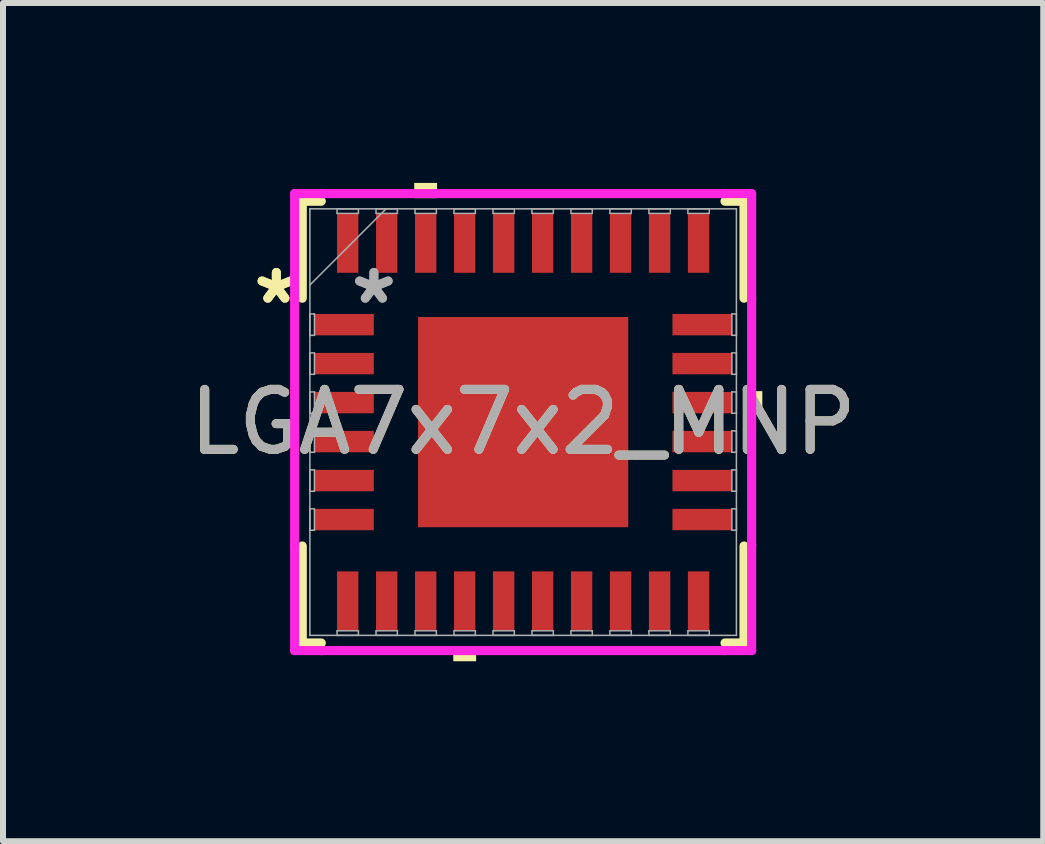
<source format=kicad_pcb>
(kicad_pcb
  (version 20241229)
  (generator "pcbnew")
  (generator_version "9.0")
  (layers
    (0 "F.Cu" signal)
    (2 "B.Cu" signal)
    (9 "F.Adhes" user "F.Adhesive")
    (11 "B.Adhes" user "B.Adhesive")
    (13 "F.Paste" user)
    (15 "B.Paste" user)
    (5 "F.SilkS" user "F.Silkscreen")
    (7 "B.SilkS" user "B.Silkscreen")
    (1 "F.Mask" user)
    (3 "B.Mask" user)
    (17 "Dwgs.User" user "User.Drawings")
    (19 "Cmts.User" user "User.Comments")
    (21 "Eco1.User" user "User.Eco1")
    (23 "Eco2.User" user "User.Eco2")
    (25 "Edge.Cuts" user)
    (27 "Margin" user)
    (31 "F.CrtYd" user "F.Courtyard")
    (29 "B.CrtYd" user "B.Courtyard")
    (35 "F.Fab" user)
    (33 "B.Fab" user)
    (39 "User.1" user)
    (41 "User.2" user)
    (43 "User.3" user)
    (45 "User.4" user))
  (footprint "LGA7x7x2_MNP"
    (layer "F.Cu")
    (at 5.673 3.988)
    (property "Reference" "LGA7x7x2_MNP" (at 0 0 0) (unlocked yes) (layer "F.SilkS") (effects (font (size 1 1) (thickness 0.15))))
    (attr smd)
    (fp_line (start -3.683 -3.683) (end -3.683 -2.066) (stroke (width 0.152) (type solid)) (layer "F.SilkS"))
    (fp_line (start -3.683 2.066) (end -3.683 3.683) (stroke (width 0.152) (type solid)) (layer "F.SilkS"))
    (fp_line (start -3.683 3.683) (end -3.366 3.683) (stroke (width 0.152) (type solid)) (layer "F.SilkS"))
    (fp_line (start -3.366 -3.683) (end -3.683 -3.683) (stroke (width 0.152) (type solid)) (layer "F.SilkS"))
    (fp_line (start 3.366 3.683) (end 3.683 3.683) (stroke (width 0.152) (type solid)) (layer "F.SilkS"))
    (fp_line (start 3.683 -3.683) (end 3.366 -3.683) (stroke (width 0.152) (type solid)) (layer "F.SilkS"))
    (fp_line (start 3.683 -2.066) (end 3.683 -3.683) (stroke (width 0.152) (type solid)) (layer "F.SilkS"))
    (fp_line (start 3.683 3.683) (end 3.683 2.066) (stroke (width 0.152) (type solid)) (layer "F.SilkS"))
    (fp_poly (pts (xy -1.816 -3.734) (xy -1.816 -3.988) (xy -1.435 -3.988) (xy -1.435 -3.734)) (stroke (width 0) (type solid)) (fill yes) (layer "F.SilkS"))
    (fp_poly (pts (xy -1.165 3.734) (xy -1.165 3.988) (xy -0.784 3.988) (xy -0.784 3.734)) (stroke (width 0) (type solid)) (fill yes) (layer "F.SilkS"))
    (fp_poly (pts (xy 3.988 -0.516) (xy 3.988 -0.135) (xy 3.734 -0.135) (xy 3.734 -0.516)) (stroke (width 0) (type solid)) (fill yes) (layer "F.SilkS"))
    (fp_poly (pts (xy -1.653 -1.653) (xy -1.653 -0.1) (xy -0.1 -0.1) (xy -0.1 -1.653)) (stroke (width 0) (type solid)) (fill yes) (layer "F.Paste"))
    (fp_poly (pts (xy -1.653 0.1) (xy -1.653 1.653) (xy -0.1 1.653) (xy -0.1 0.1)) (stroke (width 0) (type solid)) (fill yes) (layer "F.Paste"))
    (fp_poly (pts (xy 0.1 -1.653) (xy 0.1 -0.1) (xy 1.653 -0.1) (xy 1.653 -1.653)) (stroke (width 0) (type solid)) (fill yes) (layer "F.Paste"))
    (fp_poly (pts (xy 0.1 0.1) (xy 0.1 1.653) (xy 1.653 1.653) (xy 1.653 0.1)) (stroke (width 0) (type solid)) (fill yes) (layer "F.Paste"))
    (fp_line (start -3.81 -3.81) (end -3.357 -3.81) (stroke (width 0.152) (type solid)) (layer "F.CrtYd"))
    (fp_line (start -3.81 -2.057) (end -3.81 -3.81) (stroke (width 0.152) (type solid)) (layer "F.CrtYd"))
    (fp_line (start -3.81 -2.057) (end -3.81 -2.057) (stroke (width 0.152) (type solid)) (layer "F.CrtYd"))
    (fp_line (start -3.81 2.057) (end -3.81 -2.057) (stroke (width 0.152) (type solid)) (layer "F.CrtYd"))
    (fp_line (start -3.81 2.057) (end -3.81 2.057) (stroke (width 0.152) (type solid)) (layer "F.CrtYd"))
    (fp_line (start -3.81 3.81) (end -3.81 2.057) (stroke (width 0.152) (type solid)) (layer "F.CrtYd"))
    (fp_line (start -3.357 -3.81) (end -3.357 -3.81) (stroke (width 0.152) (type solid)) (layer "F.CrtYd"))
    (fp_line (start -3.357 -3.81) (end 3.357 -3.81) (stroke (width 0.152) (type solid)) (layer "F.CrtYd"))
    (fp_line (start -3.357 3.81) (end -3.81 3.81) (stroke (width 0.152) (type solid)) (layer "F.CrtYd"))
    (fp_line (start -3.357 3.81) (end -3.357 3.81) (stroke (width 0.152) (type solid)) (layer "F.CrtYd"))
    (fp_line (start 3.357 -3.81) (end 3.357 -3.81) (stroke (width 0.152) (type solid)) (layer "F.CrtYd"))
    (fp_line (start 3.357 -3.81) (end 3.81 -3.81) (stroke (width 0.152) (type solid)) (layer "F.CrtYd"))
    (fp_line (start 3.357 3.81) (end -3.357 3.81) (stroke (width 0.152) (type solid)) (layer "F.CrtYd"))
    (fp_line (start 3.357 3.81) (end 3.357 3.81) (stroke (width 0.152) (type solid)) (layer "F.CrtYd"))
    (fp_line (start 3.81 -3.81) (end 3.81 -2.057) (stroke (width 0.152) (type solid)) (layer "F.CrtYd"))
    (fp_line (start 3.81 -2.057) (end 3.81 -2.057) (stroke (width 0.152) (type solid)) (layer "F.CrtYd"))
    (fp_line (start 3.81 -2.057) (end 3.81 2.057) (stroke (width 0.152) (type solid)) (layer "F.CrtYd"))
    (fp_line (start 3.81 2.057) (end 3.81 2.057) (stroke (width 0.152) (type solid)) (layer "F.CrtYd"))
    (fp_line (start 3.81 2.057) (end 3.81 3.81) (stroke (width 0.152) (type solid)) (layer "F.CrtYd"))
    (fp_line (start 3.81 3.81) (end 3.357 3.81) (stroke (width 0.152) (type solid)) (layer "F.CrtYd"))
    (fp_line (start -3.556 -3.556) (end -3.556 -3.556) (stroke (width 0.025) (type solid)) (layer "F.Fab"))
    (fp_line (start -3.556 -3.556) (end -3.556 3.556) (stroke (width 0.025) (type solid)) (layer "F.Fab"))
    (fp_line (start -3.556 -2.286) (end -2.286 -3.556) (stroke (width 0.025) (type solid)) (layer "F.Fab"))
    (fp_line (start -3.556 -1.803) (end -3.48 -1.803) (stroke (width 0.025) (type solid)) (layer "F.Fab"))
    (fp_line (start -3.556 -1.447) (end -3.556 -1.803) (stroke (width 0.025) (type solid)) (layer "F.Fab"))
    (fp_line (start -3.556 -1.153) (end -3.48 -1.153) (stroke (width 0.025) (type solid)) (layer "F.Fab"))
    (fp_line (start -3.556 -0.797) (end -3.556 -1.153) (stroke (width 0.025) (type solid)) (layer "F.Fab"))
    (fp_line (start -3.556 -0.503) (end -3.48 -0.503) (stroke (width 0.025) (type solid)) (layer "F.Fab"))
    (fp_line (start -3.556 -0.147) (end -3.556 -0.503) (stroke (width 0.025) (type solid)) (layer "F.Fab"))
    (fp_line (start -3.556 0.147) (end -3.48 0.147) (stroke (width 0.025) (type solid)) (layer "F.Fab"))
    (fp_line (start -3.556 0.503) (end -3.556 0.147) (stroke (width 0.025) (type solid)) (layer "F.Fab"))
    (fp_line (start -3.556 0.797) (end -3.48 0.797) (stroke (width 0.025) (type solid)) (layer "F.Fab"))
    (fp_line (start -3.556 1.153) (end -3.556 0.797) (stroke (width 0.025) (type solid)) (layer "F.Fab"))
    (fp_line (start -3.556 1.447) (end -3.48 1.447) (stroke (width 0.025) (type solid)) (layer "F.Fab"))
    (fp_line (start -3.556 1.803) (end -3.556 1.447) (stroke (width 0.025) (type solid)) (layer "F.Fab"))
    (fp_line (start -3.556 3.556) (end -3.556 3.556) (stroke (width 0.025) (type solid)) (layer "F.Fab"))
    (fp_line (start -3.556 3.556) (end 3.556 3.556) (stroke (width 0.025) (type solid)) (layer "F.Fab"))
    (fp_line (start -3.48 -1.803) (end -3.48 -1.447) (stroke (width 0.025) (type solid)) (layer "F.Fab"))
    (fp_line (start -3.48 -1.447) (end -3.556 -1.447) (stroke (width 0.025) (type solid)) (layer "F.Fab"))
    (fp_line (start -3.48 -1.153) (end -3.48 -0.797) (stroke (width 0.025) (type solid)) (layer "F.Fab"))
    (fp_line (start -3.48 -0.797) (end -3.556 -0.797) (stroke (width 0.025) (type solid)) (layer "F.Fab"))
    (fp_line (start -3.48 -0.503) (end -3.48 -0.147) (stroke (width 0.025) (type solid)) (layer "F.Fab"))
    (fp_line (start -3.48 -0.147) (end -3.556 -0.147) (stroke (width 0.025) (type solid)) (layer "F.Fab"))
    (fp_line (start -3.48 0.147) (end -3.48 0.503) (stroke (width 0.025) (type solid)) (layer "F.Fab"))
    (fp_line (start -3.48 0.503) (end -3.556 0.503) (stroke (width 0.025) (type solid)) (layer "F.Fab"))
    (fp_line (start -3.48 0.797) (end -3.48 1.153) (stroke (width 0.025) (type solid)) (layer "F.Fab"))
    (fp_line (start -3.48 1.153) (end -3.556 1.153) (stroke (width 0.025) (type solid)) (layer "F.Fab"))
    (fp_line (start -3.48 1.447) (end -3.48 1.803) (stroke (width 0.025) (type solid)) (layer "F.Fab"))
    (fp_line (start -3.48 1.803) (end -3.556 1.803) (stroke (width 0.025) (type solid)) (layer "F.Fab"))
    (fp_line (start -3.103 -3.556) (end -2.747 -3.556) (stroke (width 0.025) (type solid)) (layer "F.Fab"))
    (fp_line (start -3.103 -3.48) (end -3.103 -3.556) (stroke (width 0.025) (type solid)) (layer "F.Fab"))
    (fp_line (start -3.103 3.48) (end -2.747 3.48) (stroke (width 0.025) (type solid)) (layer "F.Fab"))
    (fp_line (start -3.103 3.556) (end -3.103 3.48) (stroke (width 0.025) (type solid)) (layer "F.Fab"))
    (fp_line (start -2.747 -3.556) (end -2.747 -3.48) (stroke (width 0.025) (type solid)) (layer "F.Fab"))
    (fp_line (start -2.747 -3.48) (end -3.103 -3.48) (stroke (width 0.025) (type solid)) (layer "F.Fab"))
    (fp_line (start -2.747 3.48) (end -2.747 3.556) (stroke (width 0.025) (type solid)) (layer "F.Fab"))
    (fp_line (start -2.747 3.556) (end -3.103 3.556) (stroke (width 0.025) (type solid)) (layer "F.Fab"))
    (fp_line (start -2.453 -3.556) (end -2.097 -3.556) (stroke (width 0.025) (type solid)) (layer "F.Fab"))
    (fp_line (start -2.453 -3.48) (end -2.453 -3.556) (stroke (width 0.025) (type solid)) (layer "F.Fab"))
    (fp_line (start -2.453 3.48) (end -2.097 3.48) (stroke (width 0.025) (type solid)) (layer "F.Fab"))
    (fp_line (start -2.453 3.556) (end -2.453 3.48) (stroke (width 0.025) (type solid)) (layer "F.Fab"))
    (fp_line (start -2.097 -3.556) (end -2.097 -3.48) (stroke (width 0.025) (type solid)) (layer "F.Fab"))
    (fp_line (start -2.097 -3.48) (end -2.453 -3.48) (stroke (width 0.025) (type solid)) (layer "F.Fab"))
    (fp_line (start -2.097 3.48) (end -2.097 3.556) (stroke (width 0.025) (type solid)) (layer "F.Fab"))
    (fp_line (start -2.097 3.556) (end -2.453 3.556) (stroke (width 0.025) (type solid)) (layer "F.Fab"))
    (fp_line (start -1.803 -3.556) (end -1.447 -3.556) (stroke (width 0.025) (type solid)) (layer "F.Fab"))
    (fp_line (start -1.803 -3.48) (end -1.803 -3.556) (stroke (width 0.025) (type solid)) (layer "F.Fab"))
    (fp_line (start -1.803 3.48) (end -1.447 3.48) (stroke (width 0.025) (type solid)) (layer "F.Fab"))
    (fp_line (start -1.803 3.556) (end -1.803 3.48) (stroke (width 0.025) (type solid)) (layer "F.Fab"))
    (fp_line (start -1.447 -3.556) (end -1.447 -3.48) (stroke (width 0.025) (type solid)) (layer "F.Fab"))
    (fp_line (start -1.447 -3.48) (end -1.803 -3.48) (stroke (width 0.025) (type solid)) (layer "F.Fab"))
    (fp_line (start -1.447 3.48) (end -1.447 3.556) (stroke (width 0.025) (type solid)) (layer "F.Fab"))
    (fp_line (start -1.447 3.556) (end -1.803 3.556) (stroke (width 0.025) (type solid)) (layer "F.Fab"))
    (fp_line (start -1.153 -3.556) (end -0.797 -3.556) (stroke (width 0.025) (type solid)) (layer "F.Fab"))
    (fp_line (start -1.153 -3.48) (end -1.153 -3.556) (stroke (width 0.025) (type solid)) (layer "F.Fab"))
    (fp_line (start -1.153 3.48) (end -0.797 3.48) (stroke (width 0.025) (type solid)) (layer "F.Fab"))
    (fp_line (start -1.153 3.556) (end -1.153 3.48) (stroke (width 0.025) (type solid)) (layer "F.Fab"))
    (fp_line (start -0.797 -3.556) (end -0.797 -3.48) (stroke (width 0.025) (type solid)) (layer "F.Fab"))
    (fp_line (start -0.797 -3.48) (end -1.153 -3.48) (stroke (width 0.025) (type solid)) (layer "F.Fab"))
    (fp_line (start -0.797 3.48) (end -0.797 3.556) (stroke (width 0.025) (type solid)) (layer "F.Fab"))
    (fp_line (start -0.797 3.556) (end -1.153 3.556) (stroke (width 0.025) (type solid)) (layer "F.Fab"))
    (fp_line (start -0.503 -3.556) (end -0.147 -3.556) (stroke (width 0.025) (type solid)) (layer "F.Fab"))
    (fp_line (start -0.503 -3.48) (end -0.503 -3.556) (stroke (width 0.025) (type solid)) (layer "F.Fab"))
    (fp_line (start -0.503 3.48) (end -0.147 3.48) (stroke (width 0.025) (type solid)) (layer "F.Fab"))
    (fp_line (start -0.503 3.556) (end -0.503 3.48) (stroke (width 0.025) (type solid)) (layer "F.Fab"))
    (fp_line (start -0.147 -3.556) (end -0.147 -3.48) (stroke (width 0.025) (type solid)) (layer "F.Fab"))
    (fp_line (start -0.147 -3.48) (end -0.503 -3.48) (stroke (width 0.025) (type solid)) (layer "F.Fab"))
    (fp_line (start -0.147 3.48) (end -0.147 3.556) (stroke (width 0.025) (type solid)) (layer "F.Fab"))
    (fp_line (start -0.147 3.556) (end -0.503 3.556) (stroke (width 0.025) (type solid)) (layer "F.Fab"))
    (fp_line (start 0.147 -3.556) (end 0.503 -3.556) (stroke (width 0.025) (type solid)) (layer "F.Fab"))
    (fp_line (start 0.147 -3.48) (end 0.147 -3.556) (stroke (width 0.025) (type solid)) (layer "F.Fab"))
    (fp_line (start 0.147 3.48) (end 0.503 3.48) (stroke (width 0.025) (type solid)) (layer "F.Fab"))
    (fp_line (start 0.147 3.556) (end 0.147 3.48) (stroke (width 0.025) (type solid)) (layer "F.Fab"))
    (fp_line (start 0.503 -3.556) (end 0.503 -3.48) (stroke (width 0.025) (type solid)) (layer "F.Fab"))
    (fp_line (start 0.503 -3.48) (end 0.147 -3.48) (stroke (width 0.025) (type solid)) (layer "F.Fab"))
    (fp_line (start 0.503 3.48) (end 0.503 3.556) (stroke (width 0.025) (type solid)) (layer "F.Fab"))
    (fp_line (start 0.503 3.556) (end 0.147 3.556) (stroke (width 0.025) (type solid)) (layer "F.Fab"))
    (fp_line (start 0.797 -3.556) (end 1.153 -3.556) (stroke (width 0.025) (type solid)) (layer "F.Fab"))
    (fp_line (start 0.797 -3.48) (end 0.797 -3.556) (stroke (width 0.025) (type solid)) (layer "F.Fab"))
    (fp_line (start 0.797 3.48) (end 1.153 3.48) (stroke (width 0.025) (type solid)) (layer "F.Fab"))
    (fp_line (start 0.797 3.556) (end 0.797 3.48) (stroke (width 0.025) (type solid)) (layer "F.Fab"))
    (fp_line (start 1.153 -3.556) (end 1.153 -3.48) (stroke (width 0.025) (type solid)) (layer "F.Fab"))
    (fp_line (start 1.153 -3.48) (end 0.797 -3.48) (stroke (width 0.025) (type solid)) (layer "F.Fab"))
    (fp_line (start 1.153 3.48) (end 1.153 3.556) (stroke (width 0.025) (type solid)) (layer "F.Fab"))
    (fp_line (start 1.153 3.556) (end 0.797 3.556) (stroke (width 0.025) (type solid)) (layer "F.Fab"))
    (fp_line (start 1.447 -3.556) (end 1.803 -3.556) (stroke (width 0.025) (type solid)) (layer "F.Fab"))
    (fp_line (start 1.447 -3.48) (end 1.447 -3.556) (stroke (width 0.025) (type solid)) (layer "F.Fab"))
    (fp_line (start 1.447 3.48) (end 1.803 3.48) (stroke (width 0.025) (type solid)) (layer "F.Fab"))
    (fp_line (start 1.447 3.556) (end 1.447 3.48) (stroke (width 0.025) (type solid)) (layer "F.Fab"))
    (fp_line (start 1.803 -3.556) (end 1.803 -3.48) (stroke (width 0.025) (type solid)) (layer "F.Fab"))
    (fp_line (start 1.803 -3.48) (end 1.447 -3.48) (stroke (width 0.025) (type solid)) (layer "F.Fab"))
    (fp_line (start 1.803 3.48) (end 1.803 3.556) (stroke (width 0.025) (type solid)) (layer "F.Fab"))
    (fp_line (start 1.803 3.556) (end 1.447 3.556) (stroke (width 0.025) (type solid)) (layer "F.Fab"))
    (fp_line (start 2.097 -3.556) (end 2.453 -3.556) (stroke (width 0.025) (type solid)) (layer "F.Fab"))
    (fp_line (start 2.097 -3.48) (end 2.097 -3.556) (stroke (width 0.025) (type solid)) (layer "F.Fab"))
    (fp_line (start 2.097 3.48) (end 2.453 3.48) (stroke (width 0.025) (type solid)) (layer "F.Fab"))
    (fp_line (start 2.097 3.556) (end 2.097 3.48) (stroke (width 0.025) (type solid)) (layer "F.Fab"))
    (fp_line (start 2.453 -3.556) (end 2.453 -3.48) (stroke (width 0.025) (type solid)) (layer "F.Fab"))
    (fp_line (start 2.453 -3.48) (end 2.097 -3.48) (stroke (width 0.025) (type solid)) (layer "F.Fab"))
    (fp_line (start 2.453 3.48) (end 2.453 3.556) (stroke (width 0.025) (type solid)) (layer "F.Fab"))
    (fp_line (start 2.453 3.556) (end 2.097 3.556) (stroke (width 0.025) (type solid)) (layer "F.Fab"))
    (fp_line (start 2.747 -3.556) (end 3.103 -3.556) (stroke (width 0.025) (type solid)) (layer "F.Fab"))
    (fp_line (start 2.747 -3.48) (end 2.747 -3.556) (stroke (width 0.025) (type solid)) (layer "F.Fab"))
    (fp_line (start 2.747 3.48) (end 3.103 3.48) (stroke (width 0.025) (type solid)) (layer "F.Fab"))
    (fp_line (start 2.747 3.556) (end 2.747 3.48) (stroke (width 0.025) (type solid)) (layer "F.Fab"))
    (fp_line (start 3.103 -3.556) (end 3.103 -3.48) (stroke (width 0.025) (type solid)) (layer "F.Fab"))
    (fp_line (start 3.103 -3.48) (end 2.747 -3.48) (stroke (width 0.025) (type solid)) (layer "F.Fab"))
    (fp_line (start 3.103 3.48) (end 3.103 3.556) (stroke (width 0.025) (type solid)) (layer "F.Fab"))
    (fp_line (start 3.103 3.556) (end 2.747 3.556) (stroke (width 0.025) (type solid)) (layer "F.Fab"))
    (fp_line (start 3.48 -1.803) (end 3.556 -1.803) (stroke (width 0.025) (type solid)) (layer "F.Fab"))
    (fp_line (start 3.48 -1.447) (end 3.48 -1.803) (stroke (width 0.025) (type solid)) (layer "F.Fab"))
    (fp_line (start 3.48 -1.153) (end 3.556 -1.153) (stroke (width 0.025) (type solid)) (layer "F.Fab"))
    (fp_line (start 3.48 -0.797) (end 3.48 -1.153) (stroke (width 0.025) (type solid)) (layer "F.Fab"))
    (fp_line (start 3.48 -0.503) (end 3.556 -0.503) (stroke (width 0.025) (type solid)) (layer "F.Fab"))
    (fp_line (start 3.48 -0.147) (end 3.48 -0.503) (stroke (width 0.025) (type solid)) (layer "F.Fab"))
    (fp_line (start 3.48 0.147) (end 3.556 0.147) (stroke (width 0.025) (type solid)) (layer "F.Fab"))
    (fp_line (start 3.48 0.503) (end 3.48 0.147) (stroke (width 0.025) (type solid)) (layer "F.Fab"))
    (fp_line (start 3.48 0.797) (end 3.556 0.797) (stroke (width 0.025) (type solid)) (layer "F.Fab"))
    (fp_line (start 3.48 1.153) (end 3.48 0.797) (stroke (width 0.025) (type solid)) (layer "F.Fab"))
    (fp_line (start 3.48 1.447) (end 3.556 1.447) (stroke (width 0.025) (type solid)) (layer "F.Fab"))
    (fp_line (start 3.48 1.803) (end 3.48 1.447) (stroke (width 0.025) (type solid)) (layer "F.Fab"))
    (fp_line (start 3.556 -3.556) (end -3.556 -3.556) (stroke (width 0.025) (type solid)) (layer "F.Fab"))
    (fp_line (start 3.556 -3.556) (end 3.556 -3.556) (stroke (width 0.025) (type solid)) (layer "F.Fab"))
    (fp_line (start 3.556 -1.803) (end 3.556 -1.447) (stroke (width 0.025) (type solid)) (layer "F.Fab"))
    (fp_line (start 3.556 -1.447) (end 3.48 -1.447) (stroke (width 0.025) (type solid)) (layer "F.Fab"))
    (fp_line (start 3.556 -1.153) (end 3.556 -0.797) (stroke (width 0.025) (type solid)) (layer "F.Fab"))
    (fp_line (start 3.556 -0.797) (end 3.48 -0.797) (stroke (width 0.025) (type solid)) (layer "F.Fab"))
    (fp_line (start 3.556 -0.503) (end 3.556 -0.147) (stroke (width 0.025) (type solid)) (layer "F.Fab"))
    (fp_line (start 3.556 -0.147) (end 3.48 -0.147) (stroke (width 0.025) (type solid)) (layer "F.Fab"))
    (fp_line (start 3.556 0.147) (end 3.556 0.503) (stroke (width 0.025) (type solid)) (layer "F.Fab"))
    (fp_line (start 3.556 0.503) (end 3.48 0.503) (stroke (width 0.025) (type solid)) (layer "F.Fab"))
    (fp_line (start 3.556 0.797) (end 3.556 1.153) (stroke (width 0.025) (type solid)) (layer "F.Fab"))
    (fp_line (start 3.556 1.153) (end 3.48 1.153) (stroke (width 0.025) (type solid)) (layer "F.Fab"))
    (fp_line (start 3.556 1.447) (end 3.556 1.803) (stroke (width 0.025) (type solid)) (layer "F.Fab"))
    (fp_line (start 3.556 1.803) (end 3.48 1.803) (stroke (width 0.025) (type solid)) (layer "F.Fab"))
    (fp_line (start 3.556 3.556) (end 3.556 -3.556) (stroke (width 0.025) (type solid)) (layer "F.Fab"))
    (fp_line (start 3.556 3.556) (end 3.556 3.556) (stroke (width 0.025) (type solid)) (layer "F.Fab"))
    (fp_text user "*" (at -4.115 -1.95 0) (layer "F.SilkS") (effects (font (size 1 1) (thickness 0.15))))
    (fp_text user "*" (at -4.115 -1.95 0) (unlocked yes) (layer "F.SilkS") (effects (font (size 1 1) (thickness 0.15))))
    (fp_text user "${REFERENCE}" (at 0 0 0) (unlocked yes) (layer "F.Fab") (effects (font (size 1 1) (thickness 0.15))))
    (fp_text user "*" (at -2.489 -1.95 0) (unlocked yes) (layer "F.Fab") (effects (font (size 1 1) (thickness 0.15))))
    (fp_text user "*" (at -2.489 -1.95 0) (layer "F.Fab") (effects (font (size 1 1) (thickness 0.15))))
    (pad "1" smd rect (at -2.985 -1.625 90) (size 0.356 0.991) (layers "F.Cu" "F.Mask" "F.Paste"))
    (pad "2" smd rect (at -2.985 -0.975 90) (size 0.356 0.991) (layers "F.Cu" "F.Mask" "F.Paste"))
    (pad "3" smd rect (at -2.985 -0.325 90) (size 0.356 0.991) (layers "F.Cu" "F.Mask" "F.Paste"))
    (pad "4" smd rect (at -2.985 0.325 90) (size 0.356 0.991) (layers "F.Cu" "F.Mask" "F.Paste"))
    (pad "5" smd rect (at -2.985 0.975 90) (size 0.356 0.991) (layers "F.Cu" "F.Mask" "F.Paste"))
    (pad "6" smd rect (at -2.985 1.625 90) (size 0.356 0.991) (layers "F.Cu" "F.Mask" "F.Paste"))
    (pad "7" smd rect (at -2.925 2.985) (size 0.356 0.991) (layers "F.Cu" "F.Mask" "F.Paste"))
    (pad "8" smd rect (at -2.275 2.985) (size 0.356 0.991) (layers "F.Cu" "F.Mask" "F.Paste"))
    (pad "9" smd rect (at -1.625 2.985) (size 0.356 0.991) (layers "F.Cu" "F.Mask" "F.Paste"))
    (pad "10" smd rect (at -0.975 2.985) (size 0.356 0.991) (layers "F.Cu" "F.Mask" "F.Paste"))
    (pad "11" smd rect (at -0.325 2.985) (size 0.356 0.991) (layers "F.Cu" "F.Mask" "F.Paste"))
    (pad "12" smd rect (at 0.325 2.985) (size 0.356 0.991) (layers "F.Cu" "F.Mask" "F.Paste"))
    (pad "13" smd rect (at 0.975 2.985) (size 0.356 0.991) (layers "F.Cu" "F.Mask" "F.Paste"))
    (pad "14" smd rect (at 1.625 2.985) (size 0.356 0.991) (layers "F.Cu" "F.Mask" "F.Paste"))
    (pad "15" smd rect (at 2.275 2.985) (size 0.356 0.991) (layers "F.Cu" "F.Mask" "F.Paste"))
    (pad "16" smd rect (at 2.925 2.985) (size 0.356 0.991) (layers "F.Cu" "F.Mask" "F.Paste"))
    (pad "17" smd rect (at 2.985 1.625 90) (size 0.356 0.991) (layers "F.Cu" "F.Mask" "F.Paste"))
    (pad "18" smd rect (at 2.985 0.975 90) (size 0.356 0.991) (layers "F.Cu" "F.Mask" "F.Paste"))
    (pad "19" smd rect (at 2.985 0.325 90) (size 0.356 0.991) (layers "F.Cu" "F.Mask" "F.Paste"))
    (pad "20" smd rect (at 2.985 -0.325 90) (size 0.356 0.991) (layers "F.Cu" "F.Mask" "F.Paste"))
    (pad "21" smd rect (at 2.985 -0.975 90) (size 0.356 0.991) (layers "F.Cu" "F.Mask" "F.Paste"))
    (pad "22" smd rect (at 2.985 -1.625 90) (size 0.356 0.991) (layers "F.Cu" "F.Mask" "F.Paste"))
    (pad "23" smd rect (at 2.925 -2.985) (size 0.356 0.991) (layers "F.Cu" "F.Mask" "F.Paste"))
    (pad "24" smd rect (at 2.275 -2.985) (size 0.356 0.991) (layers "F.Cu" "F.Mask" "F.Paste"))
    (pad "25" smd rect (at 1.625 -2.985) (size 0.356 0.991) (layers "F.Cu" "F.Mask" "F.Paste"))
    (pad "26" smd rect (at 0.975 -2.985) (size 0.356 0.991) (layers "F.Cu" "F.Mask" "F.Paste"))
    (pad "27" smd rect (at 0.325 -2.985) (size 0.356 0.991) (layers "F.Cu" "F.Mask" "F.Paste"))
    (pad "28" smd rect (at -0.325 -2.985) (size 0.356 0.991) (layers "F.Cu" "F.Mask" "F.Paste"))
    (pad "29" smd rect (at -0.975 -2.985) (size 0.356 0.991) (layers "F.Cu" "F.Mask" "F.Paste"))
    (pad "30" smd rect (at -1.625 -2.985) (size 0.356 0.991) (layers "F.Cu" "F.Mask" "F.Paste"))
    (pad "31" smd rect (at -2.275 -2.985) (size 0.356 0.991) (layers "F.Cu" "F.Mask" "F.Paste"))
    (pad "32" smd rect (at -2.925 -2.985) (size 0.356 0.991) (layers "F.Cu" "F.Mask" "F.Paste"))
    (pad "33" smd rect (at 0 0) (size 3.505 3.505) (layers "F.Cu" "F.Mask" "F.Paste")))
  (gr_rect
    (start -3 -3)
    (end 14.345 10.976)
    (stroke (width 0.1) (type default))
    (fill no)
    (layer "Edge.Cuts")))
</source>
